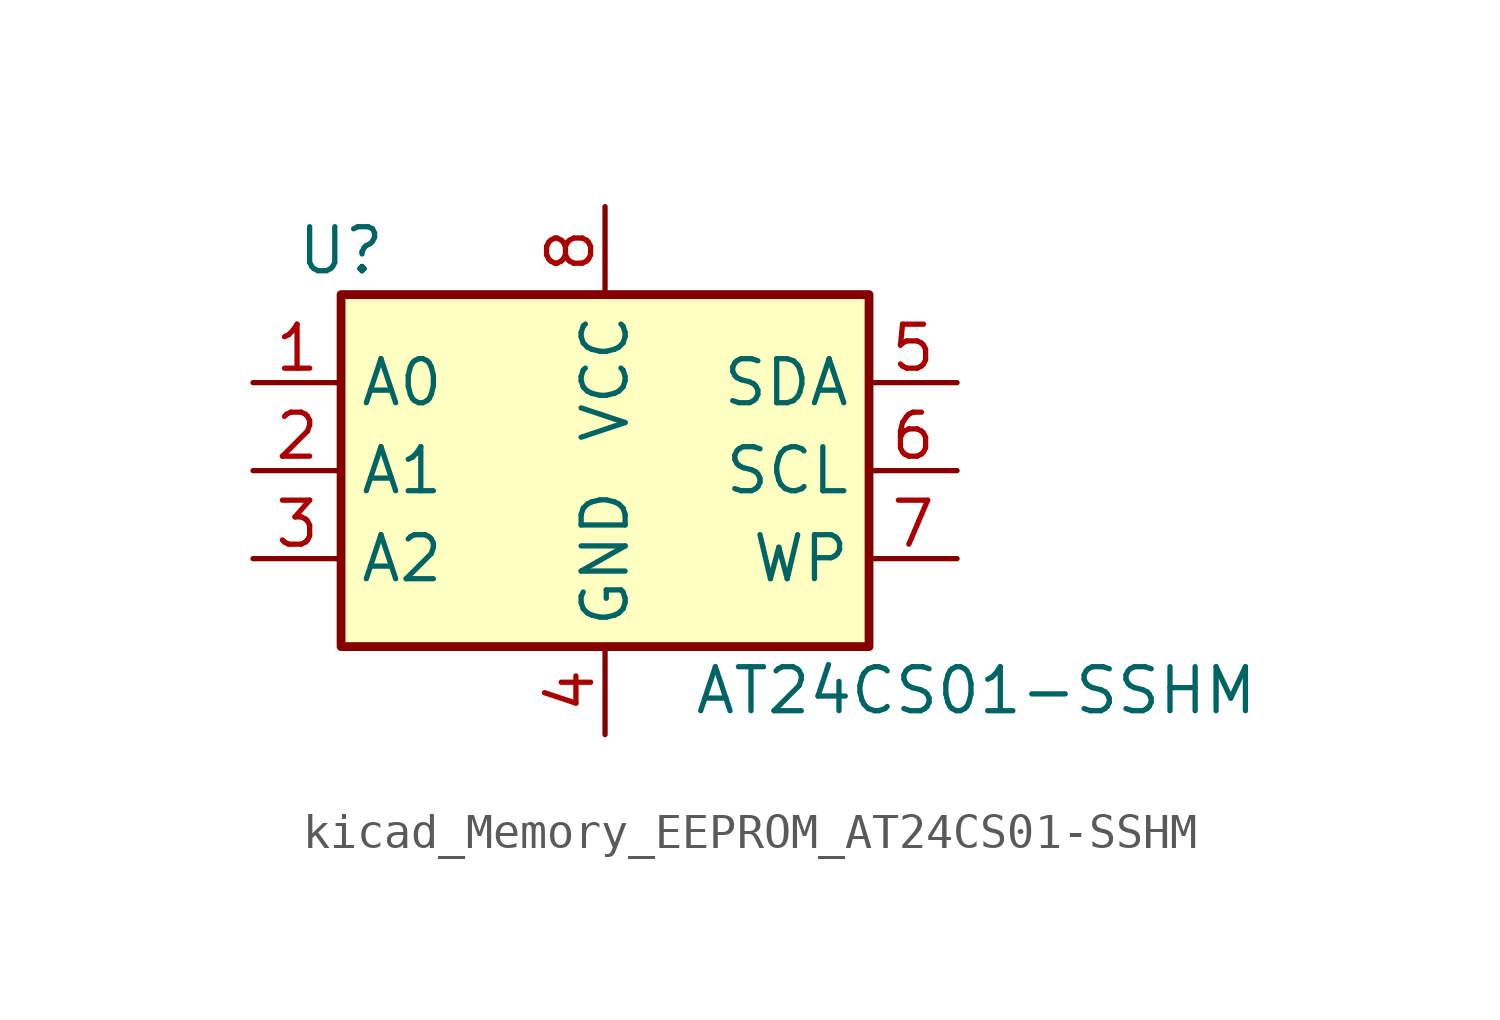
<source format=kicad_sym>
(kicad_symbol_lib
  (version 20220914)
  (generator kicad_symbol_editor)
  (symbol "kicad_Memory_EEPROM_AT24CS01-SSHM"
    (property "Reference" "U"
      (at -7.62 6.35 0)
      (effects (font (size 1.27 1.27))))
    (property "Value" "AT24CS01-SSHM"
      (at 2.54 -6.35 0)
      (effects (font (size 1.27 1.27)) (justify left)))
    (symbol "kicad_Memory_EEPROM_AT24CS01-SSHM_1_1"
      (rectangle (start -7.62 5.08) (end 7.62 -5.08) (stroke (width 0.254) (type default)) (fill (type background)))
      (pin input line (at -10.16 2.54 0) (length 2.54) (name "A0" (effects (font (size 1.27 1.27)))) (number "1" (effects (font (size 1.27 1.27)))))
      (pin input line (at -10.16 0 0) (length 2.54) (name "A1" (effects (font (size 1.27 1.27)))) (number "2" (effects (font (size 1.27 1.27)))))
      (pin input line (at -10.16 -2.54 0) (length 2.54) (name "A2" (effects (font (size 1.27 1.27)))) (number "3" (effects (font (size 1.27 1.27)))))
      (pin power_in line (at 0 -7.62 90) (length 2.54) (name "GND" (effects (font (size 1.27 1.27)))) (number "4" (effects (font (size 1.27 1.27)))))
      (pin bidirectional line (at 10.16 2.54 180) (length 2.54) (name "SDA" (effects (font (size 1.27 1.27)))) (number "5" (effects (font (size 1.27 1.27)))))
      (pin input line (at 10.16 0 180) (length 2.54) (name "SCL" (effects (font (size 1.27 1.27)))) (number "6" (effects (font (size 1.27 1.27)))))
      (pin input line (at 10.16 -2.54 180) (length 2.54) (name "WP" (effects (font (size 1.27 1.27)))) (number "7" (effects (font (size 1.27 1.27)))))
      (pin power_in line (at 0 7.62 270) (length 2.54) (name "VCC" (effects (font (size 1.27 1.27)))) (number "8" (effects (font (size 1.27 1.27))))))))
</source>
